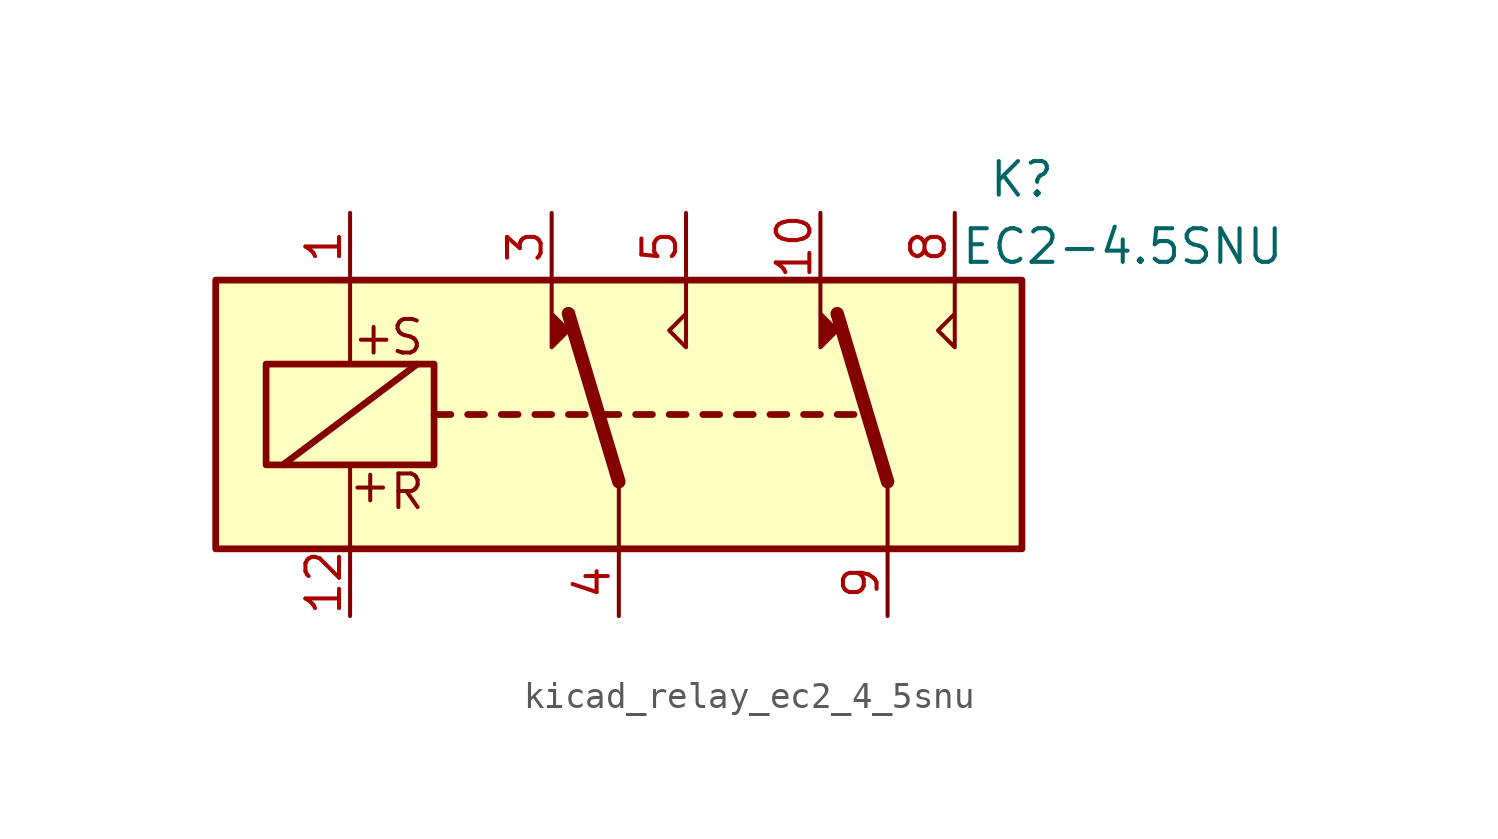
<source format=kicad_sym>
(kicad_symbol_lib
  (version 20220914)
  (generator kicad_symbol_editor)
  (symbol "kicad_relay_ec2_4_5snu"
    (property "Reference" "K"
      (at 15.24 8.89 0)
      (effects (font (size 1.27 1.27))))
    (property "Value" "EC2-4.5SNU"
      (at 19.05 6.35 0)
      (effects (font (size 1.27 1.27))))
    (symbol "kicad_relay_ec2_4_5snu_0_0"
      (text "S" (at -8.001 2.921 0) (effects (font (size 1.27 1.27)))))
    (symbol "kicad_relay_ec2_4_5snu_1_1"
      (rectangle (start -15.24 5.08) (end 15.24 -5.08) (stroke (width 0.254) (type default)) (fill (type background)))
      (rectangle (start -13.335 1.905) (end -6.985 -1.905) (stroke (width 0.254) (type default)) (fill (type none)))
      (polyline (pts (xy -12.7 -1.905) (xy -7.62 1.905)) (stroke (width 0.254) (type default)) (fill (type none)))
      (polyline (pts (xy -10.16 -5.08) (xy -10.16 -1.905)) (stroke (width 0) (type default)) (fill (type none)))
      (polyline (pts (xy -10.16 5.08) (xy -10.16 1.905)) (stroke (width 0) (type default)) (fill (type none)))
      (polyline (pts (xy -6.985 0) (xy -6.35 0)) (stroke (width 0.254) (type default)) (fill (type none)))
      (polyline (pts (xy -5.715 0) (xy -5.08 0)) (stroke (width 0.254) (type default)) (fill (type none)))
      (polyline (pts (xy -4.445 0) (xy -3.81 0)) (stroke (width 0.254) (type default)) (fill (type none)))
      (polyline (pts (xy -3.175 0) (xy -2.54 0)) (stroke (width 0.254) (type default)) (fill (type none)))
      (polyline (pts (xy -1.905 0) (xy -1.27 0)) (stroke (width 0.254) (type default)) (fill (type none)))
      (polyline (pts (xy -0.635 0) (xy 0 0)) (stroke (width 0.254) (type default)) (fill (type none)))
      (polyline (pts (xy 0 -2.54) (xy -1.905 3.81)) (stroke (width 0.508) (type default)) (fill (type none)))
      (polyline (pts (xy 0 -2.54) (xy 0 -5.08)) (stroke (width 0) (type default)) (fill (type none)))
      (polyline (pts (xy 0.635 0) (xy 1.27 0)) (stroke (width 0.254) (type default)) (fill (type none)))
      (polyline (pts (xy 1.905 0) (xy 2.54 0)) (stroke (width 0.254) (type default)) (fill (type none)))
      (polyline (pts (xy 3.175 0) (xy 3.81 0)) (stroke (width 0.254) (type default)) (fill (type none)))
      (polyline (pts (xy 4.445 0) (xy 5.08 0)) (stroke (width 0.254) (type default)) (fill (type none)))
      (polyline (pts (xy 5.715 0) (xy 6.35 0)) (stroke (width 0.254) (type default)) (fill (type none)))
      (polyline (pts (xy 6.985 0) (xy 7.62 0)) (stroke (width 0.254) (type default)) (fill (type none)))
      (polyline (pts (xy 8.255 0) (xy 8.89 0)) (stroke (width 0.254) (type default)) (fill (type none)))
      (polyline (pts (xy 10.16 -2.54) (xy 8.255 3.81)) (stroke (width 0.508) (type default)) (fill (type none)))
      (polyline (pts (xy 10.16 -2.54) (xy 10.16 -5.08)) (stroke (width 0) (type default)) (fill (type none)))
      (polyline (pts (xy -2.54 5.08) (xy -2.54 2.54) (xy -1.905 3.175) (xy -2.54 3.81)) (stroke (width 0) (type default)) (fill (type outline)))
      (polyline (pts (xy 2.54 5.08) (xy 2.54 2.54) (xy 1.905 3.175) (xy 2.54 3.81)) (stroke (width 0) (type default)) (fill (type none)))
      (polyline (pts (xy 7.62 5.08) (xy 7.62 2.54) (xy 8.255 3.175) (xy 7.62 3.81)) (stroke (width 0) (type default)) (fill (type outline)))
      (polyline (pts (xy 12.7 5.08) (xy 12.7 2.54) (xy 12.065 3.175) (xy 12.7 3.81)) (stroke (width 0) (type default)) (fill (type none)))
      (text "+" (at -9.398 -2.667 0) (effects (font (size 1.27 1.27))))
      (text "+" (at -9.271 2.921 0) (effects (font (size 1.27 1.27))))
      (text "R" (at -8.001 -2.921 0) (effects (font (size 1.27 1.27))))
      (pin passive line (at -10.16 7.62 270) (length 2.54) (name "~" (effects (font (size 1.27 1.27)))) (number "1" (effects (font (size 1.27 1.27)))))
      (pin passive line (at 7.62 7.62 270) (length 2.54) (name "~" (effects (font (size 1.27 1.27)))) (number "10" (effects (font (size 1.27 1.27)))))
      (pin passive line (at -10.16 -7.62 90) (length 2.54) (name "~" (effects (font (size 1.27 1.27)))) (number "12" (effects (font (size 1.27 1.27)))))
      (pin passive line (at -2.54 7.62 270) (length 2.54) (name "~" (effects (font (size 1.27 1.27)))) (number "3" (effects (font (size 1.27 1.27)))))
      (pin passive line (at 0 -7.62 90) (length 2.54) (name "~" (effects (font (size 1.27 1.27)))) (number "4" (effects (font (size 1.27 1.27)))))
      (pin passive line (at 2.54 7.62 270) (length 2.54) (name "~" (effects (font (size 1.27 1.27)))) (number "5" (effects (font (size 1.27 1.27)))))
      (pin passive line (at 12.7 7.62 270) (length 2.54) (name "~" (effects (font (size 1.27 1.27)))) (number "8" (effects (font (size 1.27 1.27)))))
      (pin passive line (at 10.16 -7.62 90) (length 2.54) (name "~" (effects (font (size 1.27 1.27)))) (number "9" (effects (font (size 1.27 1.27))))))))
</source>
